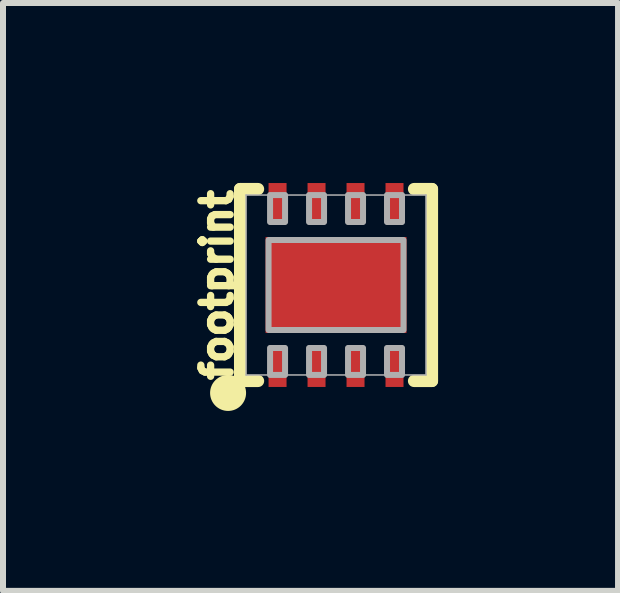
<source format=kicad_pcb>
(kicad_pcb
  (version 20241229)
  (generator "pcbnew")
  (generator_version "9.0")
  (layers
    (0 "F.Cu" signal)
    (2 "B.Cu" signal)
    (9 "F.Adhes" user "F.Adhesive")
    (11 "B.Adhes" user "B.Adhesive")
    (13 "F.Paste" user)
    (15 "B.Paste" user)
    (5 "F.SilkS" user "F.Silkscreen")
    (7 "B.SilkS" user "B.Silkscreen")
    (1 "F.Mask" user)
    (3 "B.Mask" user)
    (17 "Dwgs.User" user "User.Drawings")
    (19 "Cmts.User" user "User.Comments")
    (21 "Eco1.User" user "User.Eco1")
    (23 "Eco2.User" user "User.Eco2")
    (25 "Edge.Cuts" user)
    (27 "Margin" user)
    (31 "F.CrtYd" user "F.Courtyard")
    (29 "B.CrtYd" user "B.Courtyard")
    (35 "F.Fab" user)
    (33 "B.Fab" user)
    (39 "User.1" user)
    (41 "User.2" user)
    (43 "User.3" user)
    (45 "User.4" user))
  (footprint "footprint"
    (layer "F.Cu")
    (at 2.553 1.702)
    (property "Reference" "footprint" (at -1.7 0 90) (layer "F.SilkS") (effects (font (size 0.488 0.488) (thickness 0.122)) (justify bottom)))
    (fp_line (start -1.6 -1.6) (end -1.3 -1.6) (stroke (width 0.203) (type solid)) (layer "F.SilkS"))
    (fp_line (start -1.6 1.6) (end -1.6 -1.6) (stroke (width 0.203) (type solid)) (layer "F.SilkS"))
    (fp_line (start -1.6 1.6) (end -1.3 1.6) (stroke (width 0.203) (type solid)) (layer "F.SilkS"))
    (fp_line (start 1.6 -1.6) (end 1.3 -1.6) (stroke (width 0.203) (type solid)) (layer "F.SilkS"))
    (fp_line (start 1.6 -1.6) (end 1.6 1.6) (stroke (width 0.203) (type solid)) (layer "F.SilkS"))
    (fp_line (start 1.6 1.6) (end 1.3 1.6) (stroke (width 0.203) (type solid)) (layer "F.SilkS"))
    (fp_circle (center -1.8 1.8) (end -1.65 1.8) (stroke (width 0.3) (type solid)) (fill yes) (layer "F.SilkS"))
    (fp_poly (pts (xy -0.688 0.4) (xy 0.688 0.4) (xy 0.688 -0.4) (xy -0.688 -0.4)) (stroke (width 0) (type solid)) (fill yes) (layer "F.Paste"))
    (fp_line (start -1.5 -1.5) (end 1.5 -1.5) (stroke (width 0.025) (type solid)) (layer "F.Fab"))
    (fp_line (start -1.5 1.5) (end -1.5 -1.5) (stroke (width 0.025) (type solid)) (layer "F.Fab"))
    (fp_line (start 1.5 -1.5) (end 1.5 1.5) (stroke (width 0.025) (type solid)) (layer "F.Fab"))
    (fp_line (start 1.5 1.5) (end -1.5 1.5) (stroke (width 0.025) (type solid)) (layer "F.Fab"))
    (fp_poly (pts (xy -1.125 0.75) (xy 1.125 0.75) (xy 1.125 -0.75) (xy -1.125 -0.75)) (stroke (width 0.1) (type solid)) (fill no) (layer "F.Fab"))
    (fp_poly (pts (xy -1.1 1.5) (xy -0.85 1.5) (xy -0.85 1.05) (xy -1.1 1.05)) (stroke (width 0.1) (type solid)) (fill no) (layer "F.Fab"))
    (fp_poly (pts (xy -0.85 -1.5) (xy -1.1 -1.5) (xy -1.1 -1.05) (xy -0.85 -1.05)) (stroke (width 0.1) (type solid)) (fill no) (layer "F.Fab"))
    (fp_poly (pts (xy -0.45 1.5) (xy -0.2 1.5) (xy -0.2 1.05) (xy -0.45 1.05)) (stroke (width 0.1) (type solid)) (fill no) (layer "F.Fab"))
    (fp_poly (pts (xy -0.2 -1.5) (xy -0.45 -1.5) (xy -0.45 -1.05) (xy -0.2 -1.05)) (stroke (width 0.1) (type solid)) (fill no) (layer "F.Fab"))
    (fp_poly (pts (xy 0.2 1.5) (xy 0.45 1.5) (xy 0.45 1.05) (xy 0.2 1.05)) (stroke (width 0.1) (type solid)) (fill no) (layer "F.Fab"))
    (fp_poly (pts (xy 0.45 -1.5) (xy 0.2 -1.5) (xy 0.2 -1.05) (xy 0.45 -1.05)) (stroke (width 0.1) (type solid)) (fill no) (layer "F.Fab"))
    (fp_poly (pts (xy 0.85 1.5) (xy 1.1 1.5) (xy 1.1 1.05) (xy 0.85 1.05)) (stroke (width 0.1) (type solid)) (fill no) (layer "F.Fab"))
    (fp_poly (pts (xy 1.1 -1.5) (xy 0.85 -1.5) (xy 0.85 -1.05) (xy 1.1 -1.05)) (stroke (width 0.1) (type solid)) (fill no) (layer "F.Fab"))
    (pad "1" smd rect (at -0.975 1.375) (size 0.3 0.65) (layers "F.Cu" "F.Mask" "F.Paste"))
    (pad "2" smd rect (at -0.325 1.375) (size 0.3 0.65) (layers "F.Cu" "F.Mask" "F.Paste"))
    (pad "3" smd rect (at 0.325 1.375) (size 0.3 0.65) (layers "F.Cu" "F.Mask" "F.Paste"))
    (pad "4" smd rect (at 0.975 1.375) (size 0.3 0.65) (layers "F.Cu" "F.Mask" "F.Paste"))
    (pad "5" smd rect (at 0.975 -1.375 180) (size 0.3 0.65) (layers "F.Cu" "F.Mask" "F.Paste"))
    (pad "6" smd rect (at 0.325 -1.375 180) (size 0.3 0.65) (layers "F.Cu" "F.Mask" "F.Paste"))
    (pad "7" smd rect (at -0.325 -1.375 180) (size 0.3 0.65) (layers "F.Cu" "F.Mask" "F.Paste"))
    (pad "8" smd rect (at -0.975 -1.375 180) (size 0.3 0.65) (layers "F.Cu" "F.Mask" "F.Paste"))
    (pad "EP" smd rect (at 0 0) (size 2.35 1.6) (layers "F.Cu" "F.Mask")))
  (gr_rect
    (start -3 -3)
    (end 7.255 6.802)
    (stroke (width 0.1) (type default))
    (fill no)
    (layer "Edge.Cuts")))
</source>
